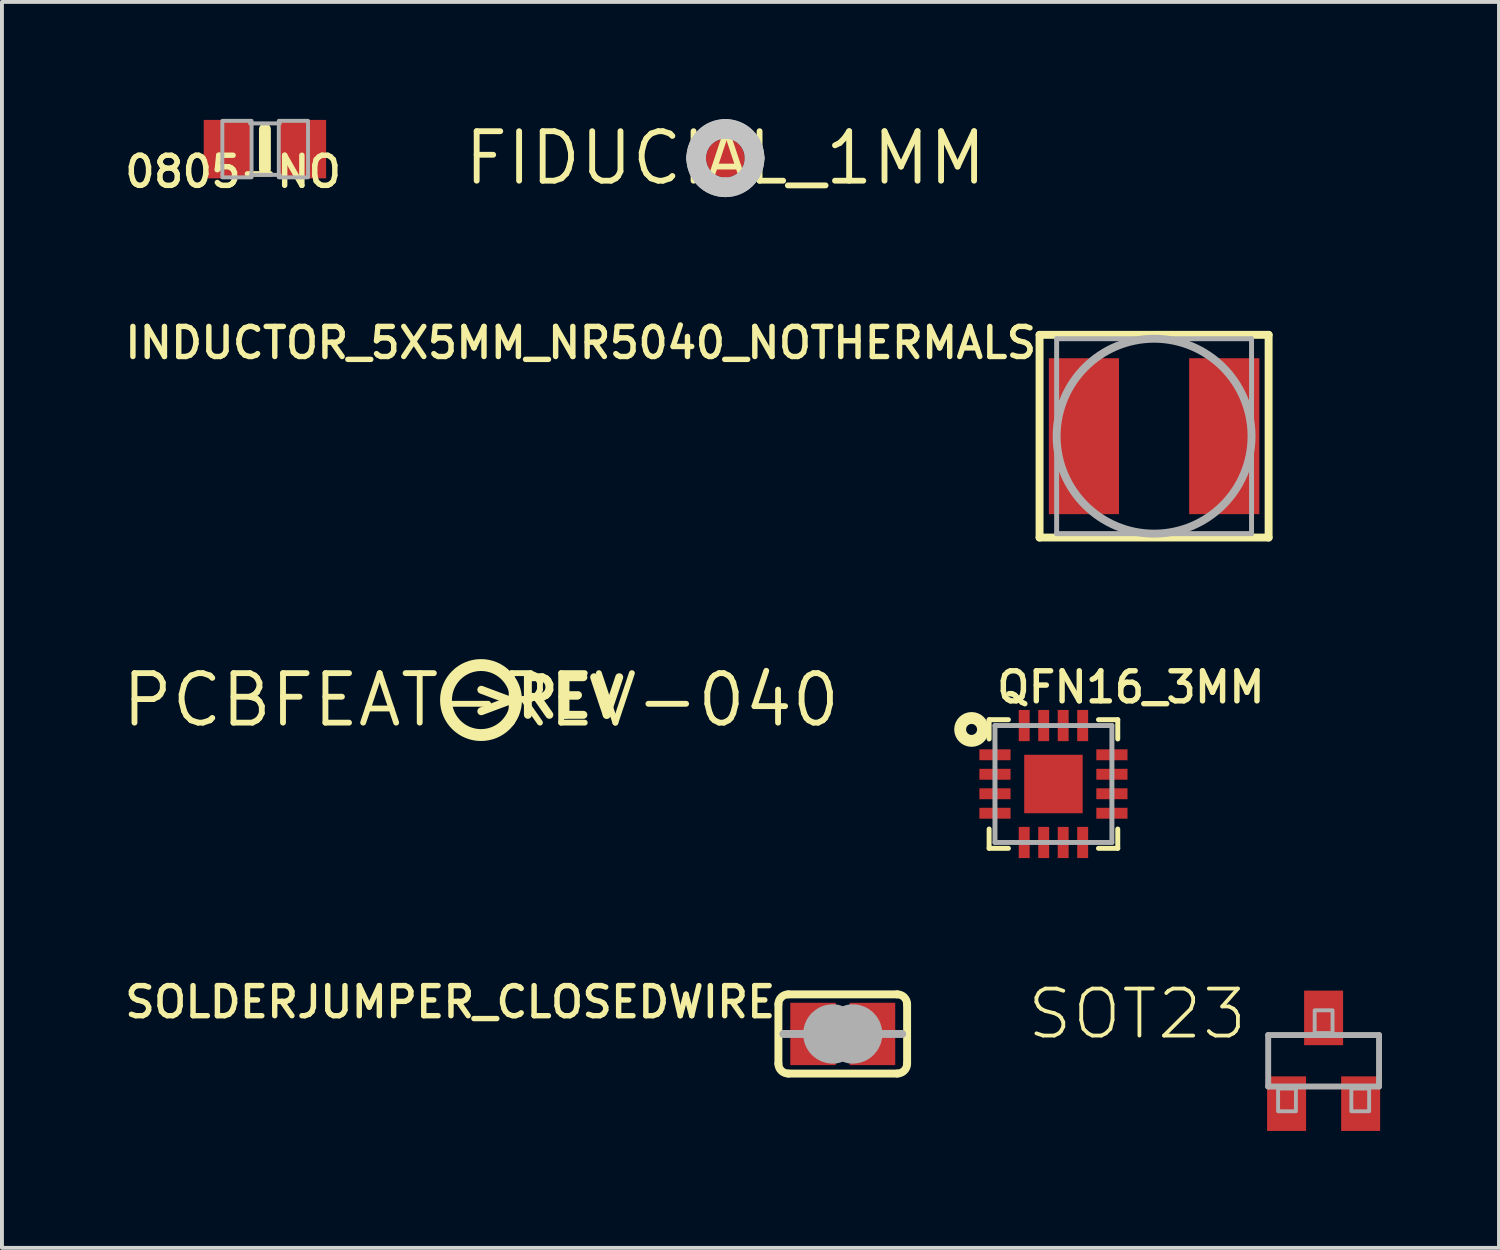
<source format=kicad_pcb>
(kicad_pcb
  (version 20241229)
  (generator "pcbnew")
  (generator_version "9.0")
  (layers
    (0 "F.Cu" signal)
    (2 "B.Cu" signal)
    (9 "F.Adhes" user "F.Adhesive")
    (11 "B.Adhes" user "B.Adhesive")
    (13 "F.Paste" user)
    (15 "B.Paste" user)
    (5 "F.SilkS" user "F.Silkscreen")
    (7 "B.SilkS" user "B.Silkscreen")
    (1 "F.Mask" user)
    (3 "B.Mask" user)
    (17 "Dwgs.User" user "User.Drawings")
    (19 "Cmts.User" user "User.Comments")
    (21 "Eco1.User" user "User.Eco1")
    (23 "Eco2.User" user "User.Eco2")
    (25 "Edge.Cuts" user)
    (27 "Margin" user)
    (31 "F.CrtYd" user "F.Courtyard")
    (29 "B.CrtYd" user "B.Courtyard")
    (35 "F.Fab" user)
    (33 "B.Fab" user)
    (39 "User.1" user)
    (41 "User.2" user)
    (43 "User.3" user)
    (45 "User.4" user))
  (footprint "QFN16_3MM"
    (layer "F.Cu")
    (at 23.975 17.063)
    (property "Reference" "QFN16_3MM" (at -1.524 -2.032 0) (layer "F.SilkS") (effects (font (size 0.772 0.772) (thickness 0.139)) (justify left bottom)))
    (attr through_hole)
    (fp_poly (pts (xy -1.94 -0.575) (xy -1.06 -0.575) (xy -1.06 -0.925) (xy -1.94 -0.925)) (stroke (width 0) (type solid)) (fill yes) (layer "F.Mask"))
    (fp_poly (pts (xy -1.94 -0.075) (xy -1.06 -0.075) (xy -1.06 -0.425) (xy -1.94 -0.425)) (stroke (width 0) (type solid)) (fill yes) (layer "F.Mask"))
    (fp_poly (pts (xy -1.94 0.425) (xy -1.06 0.425) (xy -1.06 0.075) (xy -1.94 0.075)) (stroke (width 0) (type solid)) (fill yes) (layer "F.Mask"))
    (fp_poly (pts (xy -1.94 0.925) (xy -1.06 0.925) (xy -1.06 0.575) (xy -1.94 0.575)) (stroke (width 0) (type solid)) (fill yes) (layer "F.Mask"))
    (fp_poly (pts (xy -0.925 -1.94) (xy -0.925 -1.06) (xy -0.575 -1.06) (xy -0.575 -1.94)) (stroke (width 0) (type solid)) (fill yes) (layer "F.Mask"))
    (fp_poly (pts (xy -0.575 1.94) (xy -0.575 1.06) (xy -0.925 1.06) (xy -0.925 1.94)) (stroke (width 0) (type solid)) (fill yes) (layer "F.Mask"))
    (fp_poly (pts (xy -0.425 -1.94) (xy -0.425 -1.06) (xy -0.075 -1.06) (xy -0.075 -1.94)) (stroke (width 0) (type solid)) (fill yes) (layer "F.Mask"))
    (fp_poly (pts (xy -0.075 1.94) (xy -0.075 1.06) (xy -0.425 1.06) (xy -0.425 1.94)) (stroke (width 0) (type solid)) (fill yes) (layer "F.Mask"))
    (fp_poly (pts (xy 0.075 -1.94) (xy 0.075 -1.06) (xy 0.425 -1.06) (xy 0.425 -1.94)) (stroke (width 0) (type solid)) (fill yes) (layer "F.Mask"))
    (fp_poly (pts (xy 0.425 1.94) (xy 0.425 1.06) (xy 0.075 1.06) (xy 0.075 1.94)) (stroke (width 0) (type solid)) (fill yes) (layer "F.Mask"))
    (fp_poly (pts (xy 0.575 -1.94) (xy 0.575 -1.06) (xy 0.925 -1.06) (xy 0.925 -1.94)) (stroke (width 0) (type solid)) (fill yes) (layer "F.Mask"))
    (fp_poly (pts (xy 0.925 1.94) (xy 0.925 1.06) (xy 0.575 1.06) (xy 0.575 1.94)) (stroke (width 0) (type solid)) (fill yes) (layer "F.Mask"))
    (fp_poly (pts (xy 1.94 -0.925) (xy 1.06 -0.925) (xy 1.06 -0.575) (xy 1.94 -0.575)) (stroke (width 0) (type solid)) (fill yes) (layer "F.Mask"))
    (fp_poly (pts (xy 1.94 -0.425) (xy 1.06 -0.425) (xy 1.06 -0.075) (xy 1.94 -0.075)) (stroke (width 0) (type solid)) (fill yes) (layer "F.Mask"))
    (fp_poly (pts (xy 1.94 0.075) (xy 1.06 0.075) (xy 1.06 0.425) (xy 1.94 0.425)) (stroke (width 0) (type solid)) (fill yes) (layer "F.Mask"))
    (fp_poly (pts (xy 1.94 0.575) (xy 1.06 0.575) (xy 1.06 0.925) (xy 1.94 0.925)) (stroke (width 0) (type solid)) (fill yes) (layer "F.Mask"))
    (fp_line (start -1.65 -1.65) (end -1.65 -1.155) (stroke (width 0.127) (type solid)) (layer "F.SilkS"))
    (fp_line (start -1.65 1.155) (end -1.65 1.65) (stroke (width 0.127) (type solid)) (layer "F.SilkS"))
    (fp_line (start -1.65 1.65) (end -1.155 1.65) (stroke (width 0.127) (type solid)) (layer "F.SilkS"))
    (fp_line (start -1.155 -1.65) (end -1.65 -1.65) (stroke (width 0.127) (type solid)) (layer "F.SilkS"))
    (fp_line (start 1.155 -1.65) (end 1.65 -1.65) (stroke (width 0.127) (type solid)) (layer "F.SilkS"))
    (fp_line (start 1.65 -1.65) (end 1.65 -1.155) (stroke (width 0.127) (type solid)) (layer "F.SilkS"))
    (fp_line (start 1.65 1.155) (end 1.65 1.65) (stroke (width 0.127) (type solid)) (layer "F.SilkS"))
    (fp_line (start 1.65 1.65) (end 1.155 1.65) (stroke (width 0.127) (type solid)) (layer "F.SilkS"))
    (fp_circle (center -2.1 -1.4) (end -1.959 -1.4) (stroke (width 0.305) (type solid)) (fill no) (layer "F.SilkS"))
    (fp_poly (pts (xy -0.508 -0.508) (xy 0.508 -0.508) (xy 0.508 0.508) (xy -0.508 0.508)) (stroke (width 0) (type solid)) (fill yes) (layer "F.Paste"))
    (fp_line (start -1.5 -1.5) (end 1.5 -1.5) (stroke (width 0.127) (type solid)) (layer "F.Fab"))
    (fp_line (start -1.5 1.5) (end -1.5 -1.5) (stroke (width 0.127) (type solid)) (layer "F.Fab"))
    (fp_line (start 1.5 -1.5) (end 1.5 1.5) (stroke (width 0.127) (type solid)) (layer "F.Fab"))
    (fp_line (start 1.5 1.5) (end -1.5 1.5) (stroke (width 0.127) (type solid)) (layer "F.Fab"))
    (pad "1" smd rect (at -1.5 -0.75) (size 0.8 0.28) (layers "F.Cu" "F.Mask" "F.Paste"))
    (pad "2" smd rect (at -1.5 -0.25) (size 0.8 0.28) (layers "F.Cu" "F.Mask" "F.Paste"))
    (pad "3" smd rect (at -1.5 0.25) (size 0.8 0.28) (layers "F.Cu" "F.Mask" "F.Paste"))
    (pad "4" smd rect (at -1.5 0.75) (size 0.8 0.28) (layers "F.Cu" "F.Mask" "F.Paste"))
    (pad "5" smd rect (at -0.75 1.5 90) (size 0.8 0.28) (layers "F.Cu" "F.Mask" "F.Paste"))
    (pad "6" smd rect (at -0.25 1.5 90) (size 0.8 0.28) (layers "F.Cu" "F.Mask" "F.Paste"))
    (pad "7" smd rect (at 0.25 1.5 90) (size 0.8 0.28) (layers "F.Cu" "F.Mask" "F.Paste"))
    (pad "8" smd rect (at 0.75 1.5 90) (size 0.8 0.28) (layers "F.Cu" "F.Mask" "F.Paste"))
    (pad "9" smd rect (at 1.5 0.75 180) (size 0.8 0.28) (layers "F.Cu" "F.Mask" "F.Paste"))
    (pad "10" smd rect (at 1.5 0.25 180) (size 0.8 0.28) (layers "F.Cu" "F.Mask" "F.Paste"))
    (pad "11" smd rect (at 1.5 -0.25 180) (size 0.8 0.28) (layers "F.Cu" "F.Mask" "F.Paste"))
    (pad "12" smd rect (at 1.5 -0.75 180) (size 0.8 0.28) (layers "F.Cu" "F.Mask" "F.Paste"))
    (pad "13" smd rect (at 0.75 -1.5 270) (size 0.8 0.28) (layers "F.Cu" "F.Mask" "F.Paste"))
    (pad "14" smd rect (at 0.25 -1.5 270) (size 0.8 0.28) (layers "F.Cu" "F.Mask" "F.Paste"))
    (pad "15" smd rect (at -0.25 -1.5 270) (size 0.8 0.28) (layers "F.Cu" "F.Mask" "F.Paste"))
    (pad "16" smd rect (at -0.75 -1.5 270) (size 0.8 0.28) (layers "F.Cu" "F.Mask" "F.Paste"))
    (pad "THERMAL" smd rect (at 0 0) (size 1.5 1.5) (layers "F.Cu" "F.Mask")))
  (footprint "SOLDERJUMPER_CLOSEDWIRE"
    (layer "F.Cu")
    (at 18.57 23.475)
    (property "Reference" "SOLDERJUMPER_CLOSEDWIRE" (at -1.651 -1.27 180) (layer "F.SilkS") (effects (font (size 0.772 0.772) (thickness 0.139)) (justify right top)))
    (attr through_hole)
    (fp_poly (pts (xy -1.27 -0.762) (xy 1.27 -0.762) (xy 1.27 0.762) (xy -1.27 0.762)) (stroke (width 0) (type solid)) (fill yes) (layer "F.Mask"))
    (fp_line (start -1.651 0.762) (end -1.651 -0.762) (stroke (width 0.203) (type solid)) (layer "F.SilkS"))
    (fp_line (start -1.397 -1.016) (end 1.397 -1.016) (stroke (width 0.203) (type solid)) (layer "F.SilkS"))
    (fp_line (start 1.397 1.016) (end -1.397 1.016) (stroke (width 0.203) (type solid)) (layer "F.SilkS"))
    (fp_line (start 1.651 0.762) (end 1.651 -0.762) (stroke (width 0.203) (type solid)) (layer "F.SilkS"))
    (fp_arc (start -1.651 -0.762) (mid -1.576605 -0.941605) (end -1.397 -1.016) (stroke (width 0.2032) (type solid)) (layer "F.SilkS"))
    (fp_arc (start -1.397 1.016) (mid -1.576605 0.941605) (end -1.651 0.762) (stroke (width 0.2032) (type solid)) (layer "F.SilkS"))
    (fp_arc (start 1.397 -1.016) (mid 1.576605 -0.941605) (end 1.651 -0.762) (stroke (width 0.2032) (type solid)) (layer "F.SilkS"))
    (fp_arc (start 1.651 0.762) (mid 1.576605 0.941605) (end 1.397 1.016) (stroke (width 0.2032) (type solid)) (layer "F.SilkS"))
    (fp_line (start -1.016 0) (end -1.524 0) (stroke (width 0.203) (type solid)) (layer "F.Fab"))
    (fp_line (start 1.016 0) (end 1.524 0) (stroke (width 0.203) (type solid)) (layer "F.Fab"))
    (fp_arc (start -0.254 0.127) (mid -0.381 0) (end -0.254 -0.127) (stroke (width 1.27) (type solid)) (layer "F.Fab"))
    (fp_arc (start 0.254 -0.127) (mid 0.381 0) (end 0.254 0.127) (stroke (width 1.27) (type solid)) (layer "F.Fab"))
    (pad "1" smd rect (at -0.762 0) (size 1.168 1.6) (layers "F.Cu" "F.Mask"))
    (pad "2" smd rect (at 0.762 0) (size 1.168 1.6) (layers "F.Cu" "F.Mask"))
    (pad "WIRE" smd rect (at 0 0) (size 0.635 0.203) (layers "F.Cu" "F.Mask")))
  (footprint "SOT23"
    (layer "F.Cu")
    (at 30.906 24.163)
    (property "Reference" "SOT23" (at -1.905 -1.905 180) (layer "F.SilkS") (effects (font (size 1.206 1.206) (thickness 0.097)) (justify right top)))
    (attr through_hole)
    (fp_line (start -1.422 -0.66) (end 1.422 -0.66) (stroke (width 0.152) (type solid)) (layer "F.Fab"))
    (fp_line (start -1.422 0.66) (end -1.422 -0.66) (stroke (width 0.152) (type solid)) (layer "F.Fab"))
    (fp_line (start 1.422 -0.66) (end 1.422 0.66) (stroke (width 0.152) (type solid)) (layer "F.Fab"))
    (fp_line (start 1.422 0.66) (end -1.422 0.66) (stroke (width 0.152) (type solid)) (layer "F.Fab"))
    (fp_poly (pts (xy -1.168 1.295) (xy -0.711 1.295) (xy -0.711 0.711) (xy -1.168 0.711)) (stroke (width 0.1) (type solid)) (fill no) (layer "F.Fab"))
    (fp_poly (pts (xy -0.229 -0.711) (xy 0.229 -0.711) (xy 0.229 -1.295) (xy -0.229 -1.295)) (stroke (width 0.1) (type solid)) (fill no) (layer "F.Fab"))
    (fp_poly (pts (xy 0.711 1.295) (xy 1.168 1.295) (xy 1.168 0.711) (xy 0.711 0.711)) (stroke (width 0.1) (type solid)) (fill no) (layer "F.Fab"))
    (pad "1" smd rect (at -0.95 1.1) (size 1 1.4) (layers "F.Cu" "F.Mask" "F.Paste"))
    (pad "2" smd rect (at 0.95 1.1) (size 1 1.4) (layers "F.Cu" "F.Mask" "F.Paste"))
    (pad "3" smd rect (at 0 -1.1) (size 1 1.4) (layers "F.Cu" "F.Mask" "F.Paste")))
  (footprint "FIDUCIAL_1MM"
    (layer "F.Cu")
    (at 15.559 1.006)
    (property "Reference" "FIDUCIAL_1MM" (at 0 0 0) (layer "F.SilkS") (effects (font (size 1.27 1.27) (thickness 0.15))))
    (attr through_hole)
    (fp_arc (start -0.75 0) (mid -0.53033 -0.53033) (end 0 -0.75) (stroke (width 0.5) (type solid)) (layer "F.Mask"))
    (fp_arc (start 0 -0.75) (mid 0.53033 -0.53033) (end 0.75 0) (stroke (width 0.5) (type solid)) (layer "F.Mask"))
    (fp_arc (start 0 0.75) (mid -0.53033 0.53033) (end -0.75 0) (stroke (width 0.5) (type solid)) (layer "F.Mask"))
    (fp_arc (start 0.75 0) (mid 0.53033 0.53033) (end 0 0.75) (stroke (width 0.5) (type solid)) (layer "F.Mask"))
    (fp_arc (start -0.75 0) (mid -0.53033 -0.53033) (end 0 -0.75) (stroke (width 0.5) (type solid)) (layer "Dwgs.User"))
    (fp_arc (start -0.75 0) (mid -0.53033 -0.53033) (end 0 -0.75) (stroke (width 0.5) (type solid)) (layer "Dwgs.User"))
    (fp_arc (start 0 -0.75) (mid 0.53033 -0.53033) (end 0.75 0) (stroke (width 0.5) (type solid)) (layer "Dwgs.User"))
    (fp_arc (start 0 -0.75) (mid 0.53033 -0.53033) (end 0.75 0) (stroke (width 0.5) (type solid)) (layer "Dwgs.User"))
    (fp_arc (start 0 0.75) (mid -0.53033 0.53033) (end -0.75 0) (stroke (width 0.5) (type solid)) (layer "Dwgs.User"))
    (fp_arc (start 0 0.75) (mid -0.53033 0.53033) (end -0.75 0) (stroke (width 0.5) (type solid)) (layer "Dwgs.User"))
    (fp_arc (start 0.75 0) (mid 0.53033 0.53033) (end 0 0.75) (stroke (width 0.5) (type solid)) (layer "Dwgs.User"))
    (fp_arc (start 0.75 0) (mid 0.53033 0.53033) (end 0 0.75) (stroke (width 0.5) (type solid)) (layer "Dwgs.User"))
    (pad "1" smd roundrect (at 0 0) (size 1 1) (layers "F.Cu" "F.Mask") (roundrect_rratio 0.5)))
  (footprint "PCBFEAT-REV-040"
    (layer "F.Cu")
    (at 9.29 14.909)
    (property "Reference" "PCBFEAT-REV-040" (at 0 0 0) (layer "F.SilkS") (effects (font (size 1.27 1.27) (thickness 0.15))))
    (attr through_hole)
    (fp_circle (center 0 0) (end 0.898 0) (stroke (width 0.305) (type solid)) (fill no) (layer "F.SilkS"))
    (fp_text user ">REV" (at -0.356 0.508 0) (layer "F.SilkS") (effects (font (size 0.965 0.965) (thickness 0.203)) (justify left bottom))))
  (footprint "0805-NO"
    (layer "F.Cu")
    (at 3.746 0.776)
    (property "Reference" "0805-NO" (at 2.032 0.127 180) (layer "F.SilkS") (effects (font (size 0.772 0.772) (thickness 0.139)) (justify right top)))
    (attr through_hole)
    (fp_line (start 0 -0.508) (end 0 0.508) (stroke (width 0.305) (type solid)) (layer "F.SilkS"))
    (fp_line (start -0.381 -0.66) (end 0.381 -0.66) (stroke (width 0.102) (type solid)) (layer "F.Fab"))
    (fp_line (start -0.356 0.66) (end 0.381 0.66) (stroke (width 0.102) (type solid)) (layer "F.Fab"))
    (fp_poly (pts (xy -1.092 0.724) (xy -0.342 0.724) (xy -0.342 -0.726) (xy -1.092 -0.726)) (stroke (width 0.1) (type solid)) (fill no) (layer "F.Fab"))
    (fp_poly (pts (xy 0.356 0.724) (xy 1.106 0.724) (xy 1.106 -0.726) (xy 0.356 -0.726)) (stroke (width 0.1) (type solid)) (fill no) (layer "F.Fab"))
    (pad "1" smd rect (at -0.95 0) (size 1.24 1.5) (layers "F.Cu" "F.Mask" "F.Paste"))
    (pad "2" smd rect (at 0.95 0) (size 1.24 1.5) (layers "F.Cu" "F.Mask" "F.Paste")))
  (footprint "INDUCTOR_5X5MM_NR5040_NOTHERMALS"
    (layer "F.Cu")
    (at 26.557 8.14)
    (property "Reference" "INDUCTOR_5X5MM_NR5040_NOTHERMALS" (at -2.946 -2.846 180) (layer "F.SilkS") (effects (font (size 0.772 0.772) (thickness 0.139)) (justify right top)))
    (attr through_hole)
    (fp_line (start -2.938 -2.6) (end 2.938 -2.6) (stroke (width 0.203) (type solid)) (layer "F.SilkS"))
    (fp_line (start -2.938 2.6) (end -2.938 -2.6) (stroke (width 0.203) (type solid)) (layer "F.SilkS"))
    (fp_line (start 2.938 -2.6) (end 2.938 2.6) (stroke (width 0.203) (type solid)) (layer "F.SilkS"))
    (fp_line (start 2.938 2.6) (end -2.938 2.6) (stroke (width 0.203) (type solid)) (layer "F.SilkS"))
    (fp_line (start -2.5 -2.5) (end 2.5 -2.5) (stroke (width 0.127) (type solid)) (layer "F.Fab"))
    (fp_line (start -2.5 2.5) (end -2.5 -2.5) (stroke (width 0.127) (type solid)) (layer "F.Fab"))
    (fp_line (start 2.5 -2.5) (end 2.5 2.5) (stroke (width 0.127) (type solid)) (layer "F.Fab"))
    (fp_line (start 2.5 2.5) (end -2.5 2.5) (stroke (width 0.127) (type solid)) (layer "F.Fab"))
    (fp_circle (center 0 0) (end 2.5 0) (stroke (width 0.203) (type solid)) (fill no) (layer "F.Fab"))
    (pad "P$1" smd rect (at -1.8 0) (size 1.8 4) (layers "F.Cu" "F.Mask" "F.Paste"))
    (pad "P$2" smd rect (at 1.8 0) (size 1.8 4) (layers "F.Cu" "F.Mask" "F.Paste")))
  (gr_rect
    (start -3 -3)
    (end 35.405 28.963)
    (stroke (width 0.1) (type default))
    (fill no)
    (layer "Edge.Cuts")))
</source>
